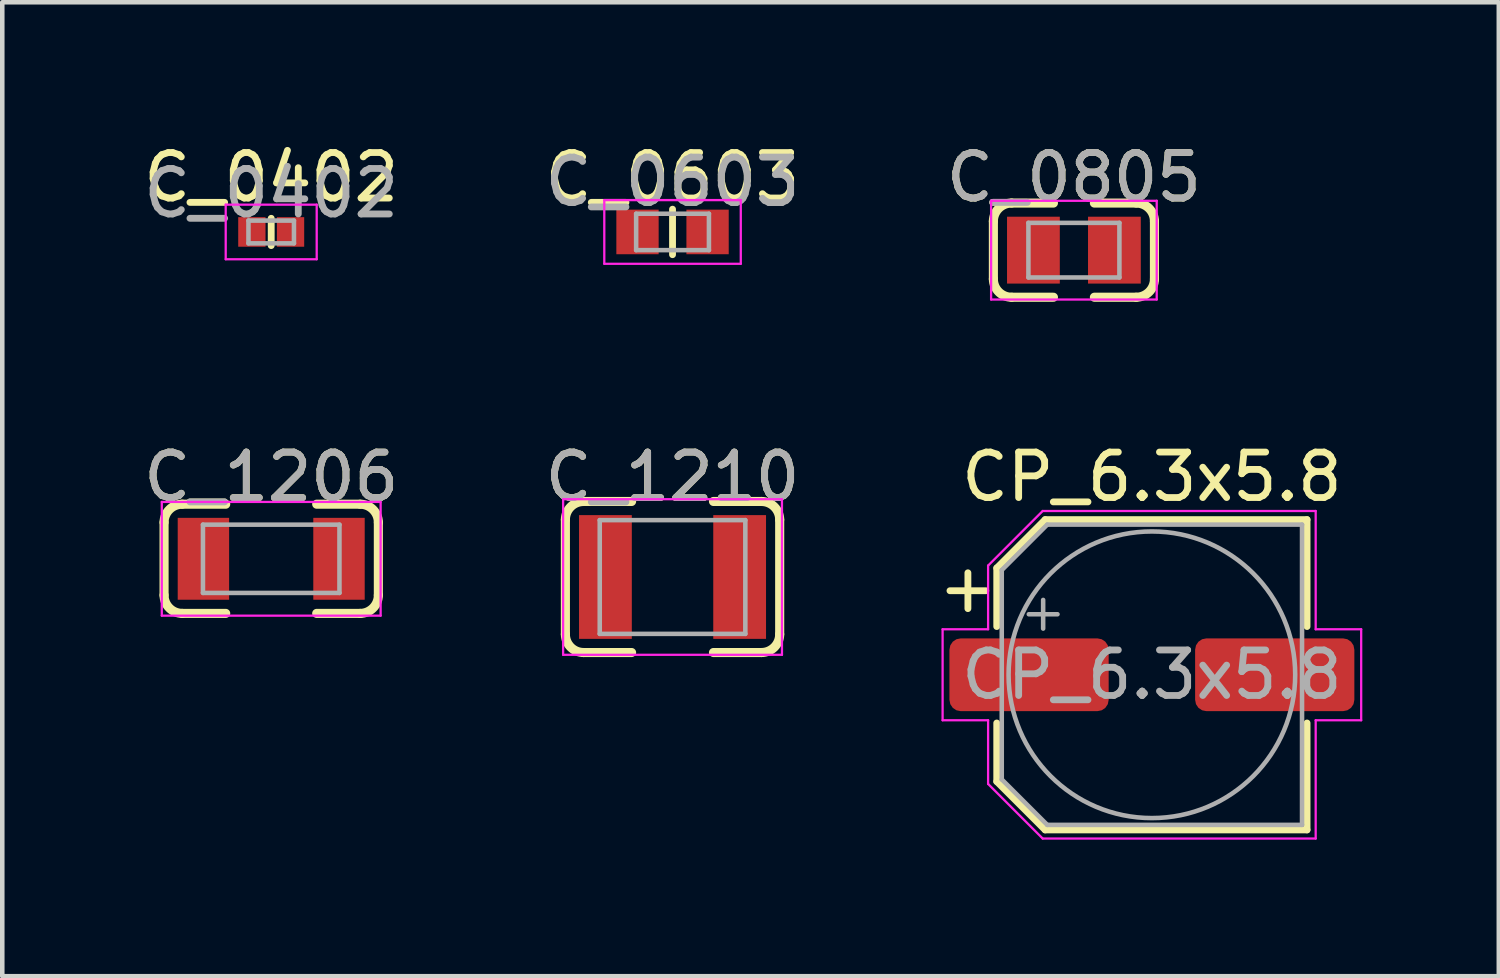
<source format=kicad_pcb>
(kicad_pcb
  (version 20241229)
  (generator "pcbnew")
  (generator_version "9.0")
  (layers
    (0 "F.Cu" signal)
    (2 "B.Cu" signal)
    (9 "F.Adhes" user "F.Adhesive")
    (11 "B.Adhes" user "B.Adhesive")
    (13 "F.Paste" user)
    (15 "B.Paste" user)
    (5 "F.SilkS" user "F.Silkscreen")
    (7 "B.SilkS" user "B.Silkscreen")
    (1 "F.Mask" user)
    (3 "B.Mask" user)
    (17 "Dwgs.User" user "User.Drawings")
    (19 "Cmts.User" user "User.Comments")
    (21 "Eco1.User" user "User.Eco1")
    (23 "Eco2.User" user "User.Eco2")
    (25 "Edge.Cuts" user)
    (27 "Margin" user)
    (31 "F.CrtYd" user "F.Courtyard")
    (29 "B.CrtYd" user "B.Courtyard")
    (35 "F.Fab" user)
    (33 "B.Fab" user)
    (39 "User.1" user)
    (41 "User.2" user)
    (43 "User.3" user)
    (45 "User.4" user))
  (footprint "C_0805"
    (layer "F.Cu")
    (at 20.554 2.448)
    (property "Reference" "C_0805" (at 0 -1.6 0) (layer "F.SilkS") (effects (font (size 1 1) (thickness 0.15))))
    (attr smd)
    (fp_line (start -1.77 0.635) (end -1.77 -0.635) (stroke (width 0.2) (type solid)) (layer "F.SilkS"))
    (fp_line (start -1.37 -1.035) (end -0.45 -1.035) (stroke (width 0.2) (type solid)) (layer "F.SilkS"))
    (fp_line (start -1.37 1.035) (end -0.45 1.035) (stroke (width 0.2) (type solid)) (layer "F.SilkS"))
    (fp_line (start 0.45 -1.035) (end 1.37 -1.035) (stroke (width 0.2) (type solid)) (layer "F.SilkS"))
    (fp_line (start 0.45 1.035) (end 1.37 1.035) (stroke (width 0.2) (type solid)) (layer "F.SilkS"))
    (fp_line (start 1.77 0.635) (end 1.77 -0.635) (stroke (width 0.2) (type solid)) (layer "F.SilkS"))
    (fp_arc (start -1.77 -0.63501) (mid -1.652843 -0.917853) (end -1.37 -1.03501) (stroke (width 0.2) (type solid)) (layer "F.SilkS"))
    (fp_arc (start -1.37 1.035) (mid -1.652843 0.917843) (end -1.77 0.635) (stroke (width 0.2) (type solid)) (layer "F.SilkS"))
    (fp_arc (start 1.37 -1.035) (mid 1.652843 -0.917843) (end 1.77 -0.635) (stroke (width 0.2) (type solid)) (layer "F.SilkS"))
    (fp_arc (start 1.77 0.635) (mid 1.652843 0.917843) (end 1.37 1.035) (stroke (width 0.2) (type solid)) (layer "F.SilkS"))
    (fp_line (start -1.82 -1.085) (end 1.82 -1.085) (stroke (width 0.05) (type solid)) (layer "F.CrtYd"))
    (fp_line (start -1.82 1.085) (end -1.82 -1.085) (stroke (width 0.05) (type solid)) (layer "F.CrtYd"))
    (fp_line (start 1.82 -1.085) (end 1.82 1.085) (stroke (width 0.05) (type solid)) (layer "F.CrtYd"))
    (fp_line (start 1.82 1.085) (end -1.82 1.085) (stroke (width 0.05) (type solid)) (layer "F.CrtYd"))
    (fp_line (start -1 -0.6) (end 1 -0.6) (stroke (width 0.1) (type solid)) (layer "F.Fab"))
    (fp_line (start -1 0.6) (end -1 -0.6) (stroke (width 0.1) (type solid)) (layer "F.Fab"))
    (fp_line (start 1 -0.6) (end 1 0.6) (stroke (width 0.1) (type solid)) (layer "F.Fab"))
    (fp_line (start 1 0.6) (end -1 0.6) (stroke (width 0.1) (type solid)) (layer "F.Fab"))
    (fp_text user "${REFERENCE}" (at 0 -1.6 0) (layer "F.Fab") (effects (font (size 1 1) (thickness 0.15))))
    (pad "1" smd rect (at -0.89 0) (size 1.16 1.47) (layers "F.Cu" "F.Mask" "F.Paste"))
    (pad "2" smd rect (at 0.89 0) (size 1.16 1.47) (layers "F.Cu" "F.Mask" "F.Paste")))
  (footprint "C_1206"
    (layer "F.Cu")
    (at 2.911 9.232)
    (property "Reference" "C_1206" (at 0 -1.8 0) (layer "F.SilkS") (effects (font (size 1 1) (thickness 0.15))))
    (attr smd)
    (fp_line (start -2.355 0.8) (end -2.355 -0.8) (stroke (width 0.2) (type solid)) (layer "F.SilkS"))
    (fp_line (start -1.955 -1.2) (end -1 -1.2) (stroke (width 0.2) (type solid)) (layer "F.SilkS"))
    (fp_line (start -1.955 1.2) (end -1 1.2) (stroke (width 0.2) (type solid)) (layer "F.SilkS"))
    (fp_line (start 1 -1.2) (end 1.955 -1.2) (stroke (width 0.2) (type solid)) (layer "F.SilkS"))
    (fp_line (start 1 1.2) (end 1.955 1.2) (stroke (width 0.2) (type solid)) (layer "F.SilkS"))
    (fp_line (start 2.355 0.8) (end 2.355 -0.8) (stroke (width 0.2) (type solid)) (layer "F.SilkS"))
    (fp_arc (start -2.355 -0.8) (mid -2.237843 -1.082843) (end -1.955 -1.2) (stroke (width 0.2) (type solid)) (layer "F.SilkS"))
    (fp_arc (start -1.955 1.2) (mid -2.237843 1.082843) (end -2.355 0.8) (stroke (width 0.2) (type solid)) (layer "F.SilkS"))
    (fp_arc (start 1.955 -1.2) (mid 2.237843 -1.082843) (end 2.355 -0.8) (stroke (width 0.2) (type solid)) (layer "F.SilkS"))
    (fp_arc (start 2.355 0.8) (mid 2.237843 1.082843) (end 1.955 1.2) (stroke (width 0.2) (type solid)) (layer "F.SilkS"))
    (fp_line (start -2.405 -1.25) (end 2.405 -1.25) (stroke (width 0.05) (type solid)) (layer "F.CrtYd"))
    (fp_line (start -2.405 1.25) (end -2.405 -1.25) (stroke (width 0.05) (type solid)) (layer "F.CrtYd"))
    (fp_line (start 2.405 -1.25) (end 2.405 1.25) (stroke (width 0.05) (type solid)) (layer "F.CrtYd"))
    (fp_line (start 2.405 1.25) (end -2.405 1.25) (stroke (width 0.05) (type solid)) (layer "F.CrtYd"))
    (fp_line (start -1.5 -0.75) (end 1.5 -0.75) (stroke (width 0.1) (type solid)) (layer "F.Fab"))
    (fp_line (start -1.5 0.75) (end -1.5 -0.75) (stroke (width 0.1) (type solid)) (layer "F.Fab"))
    (fp_line (start 1.5 -0.75) (end 1.5 0.75) (stroke (width 0.1) (type solid)) (layer "F.Fab"))
    (fp_line (start 1.5 0.75) (end -1.5 0.75) (stroke (width 0.1) (type solid)) (layer "F.Fab"))
    (fp_text user "${REFERENCE}" (at 0 -1.8 0) (layer "F.Fab") (effects (font (size 1 1) (thickness 0.15))))
    (pad "1" smd rect (at -1.49 0) (size 1.13 1.8) (layers "F.Cu" "F.Mask" "F.Paste"))
    (pad "2" smd rect (at 1.49 0) (size 1.13 1.8) (layers "F.Cu" "F.Mask" "F.Paste")))
  (footprint "C_0402"
    (layer "F.Cu")
    (at 2.911 2.048)
    (property "Reference" "C_0402" (at 0 -1.2 0) (layer "F.SilkS") (effects (font (size 1 1) (thickness 0.15))))
    (attr smd)
    (fp_line (start 0 -0.3) (end 0 0.3) (stroke (width 0.15) (type solid)) (layer "F.SilkS"))
    (fp_line (start -1 -0.6) (end 1 -0.6) (stroke (width 0.05) (type solid)) (layer "F.CrtYd"))
    (fp_line (start -1 0.6) (end -1 -0.6) (stroke (width 0.05) (type solid)) (layer "F.CrtYd"))
    (fp_line (start 1 -0.6) (end 1 0.6) (stroke (width 0.05) (type solid)) (layer "F.CrtYd"))
    (fp_line (start 1 0.6) (end -1 0.6) (stroke (width 0.05) (type solid)) (layer "F.CrtYd"))
    (fp_line (start -0.5 -0.25) (end 0.5 -0.25) (stroke (width 0.1) (type solid)) (layer "F.Fab"))
    (fp_line (start -0.5 0.25) (end -0.5 -0.25) (stroke (width 0.1) (type solid)) (layer "F.Fab"))
    (fp_line (start 0.5 -0.25) (end 0.5 0.25) (stroke (width 0.1) (type solid)) (layer "F.Fab"))
    (fp_line (start 0.5 0.25) (end -0.5 0.25) (stroke (width 0.1) (type solid)) (layer "F.Fab"))
    (fp_text user "${REFERENCE}" (at 0 -0.85 0) (layer "F.Fab") (effects (font (size 1 1) (thickness 0.15))))
    (pad "1" smd rect (at -0.425 0) (size 0.6 0.65) (layers "F.Cu" "F.Mask" "F.Paste"))
    (pad "2" smd rect (at 0.425 0) (size 0.6 0.65) (layers "F.Cu" "F.Mask" "F.Paste")))
  (footprint "CP_6.3x5.8"
    (layer "F.Cu")
    (at 22.268 11.781)
    (property "Reference" "CP_6.3x5.8" (at 0 -4.35 0) (layer "F.SilkS") (effects (font (size 1 1) (thickness 0.15))))
    (attr smd)
    (fp_line (start -4.438 -1.847) (end -3.65 -1.847) (stroke (width 0.15) (type solid)) (layer "F.SilkS"))
    (fp_line (start -4.044 -2.241) (end -4.044 -1.454) (stroke (width 0.15) (type solid)) (layer "F.SilkS"))
    (fp_line (start -3.41 -2.346) (end -3.41 -1.06) (stroke (width 0.15) (type solid)) (layer "F.SilkS"))
    (fp_line (start -3.41 -2.346) (end -2.346 -3.41) (stroke (width 0.15) (type solid)) (layer "F.SilkS"))
    (fp_line (start -3.41 2.346) (end -3.41 1.06) (stroke (width 0.15) (type solid)) (layer "F.SilkS"))
    (fp_line (start -3.41 2.346) (end -2.346 3.41) (stroke (width 0.15) (type solid)) (layer "F.SilkS"))
    (fp_line (start -2.346 -3.41) (end 3.41 -3.41) (stroke (width 0.15) (type solid)) (layer "F.SilkS"))
    (fp_line (start -2.346 3.41) (end 3.41 3.41) (stroke (width 0.15) (type solid)) (layer "F.SilkS"))
    (fp_line (start 3.41 -3.41) (end 3.41 -1.06) (stroke (width 0.15) (type solid)) (layer "F.SilkS"))
    (fp_line (start 3.41 3.41) (end 3.41 1.06) (stroke (width 0.15) (type solid)) (layer "F.SilkS"))
    (fp_line (start -4.6 -1) (end -4.6 1) (stroke (width 0.05) (type solid)) (layer "F.CrtYd"))
    (fp_line (start -4.6 1) (end -3.6 1) (stroke (width 0.05) (type solid)) (layer "F.CrtYd"))
    (fp_line (start -3.6 -2.4) (end -3.6 -1) (stroke (width 0.05) (type solid)) (layer "F.CrtYd"))
    (fp_line (start -3.6 -1) (end -4.6 -1) (stroke (width 0.05) (type solid)) (layer "F.CrtYd"))
    (fp_line (start -3.6 1) (end -3.6 2.4) (stroke (width 0.05) (type solid)) (layer "F.CrtYd"))
    (fp_line (start -3.6 2.4) (end -2.4 3.6) (stroke (width 0.05) (type solid)) (layer "F.CrtYd"))
    (fp_line (start -2.4 -3.6) (end -3.6 -2.4) (stroke (width 0.05) (type solid)) (layer "F.CrtYd"))
    (fp_line (start -2.4 3.6) (end 3.6 3.6) (stroke (width 0.05) (type solid)) (layer "F.CrtYd"))
    (fp_line (start 3.6 -3.6) (end -2.4 -3.6) (stroke (width 0.05) (type solid)) (layer "F.CrtYd"))
    (fp_line (start 3.6 -1) (end 3.6 -3.6) (stroke (width 0.05) (type solid)) (layer "F.CrtYd"))
    (fp_line (start 3.6 1) (end 4.6 1) (stroke (width 0.05) (type solid)) (layer "F.CrtYd"))
    (fp_line (start 3.6 3.6) (end 3.6 1) (stroke (width 0.05) (type solid)) (layer "F.CrtYd"))
    (fp_line (start 4.6 -1) (end 3.6 -1) (stroke (width 0.05) (type solid)) (layer "F.CrtYd"))
    (fp_line (start 4.6 1) (end 4.6 -1) (stroke (width 0.05) (type solid)) (layer "F.CrtYd"))
    (fp_line (start -3.3 -2.3) (end -3.3 2.3) (stroke (width 0.1) (type solid)) (layer "F.Fab"))
    (fp_line (start -3.3 -2.3) (end -2.3 -3.3) (stroke (width 0.1) (type solid)) (layer "F.Fab"))
    (fp_line (start -3.3 2.3) (end -2.3 3.3) (stroke (width 0.1) (type solid)) (layer "F.Fab"))
    (fp_line (start -2.705 -1.33) (end -2.075 -1.33) (stroke (width 0.1) (type solid)) (layer "F.Fab"))
    (fp_line (start -2.39 -1.645) (end -2.39 -1.015) (stroke (width 0.1) (type solid)) (layer "F.Fab"))
    (fp_line (start -2.3 -3.3) (end 3.3 -3.3) (stroke (width 0.1) (type solid)) (layer "F.Fab"))
    (fp_line (start -2.3 3.3) (end 3.3 3.3) (stroke (width 0.1) (type solid)) (layer "F.Fab"))
    (fp_line (start 3.3 -3.3) (end 3.3 3.3) (stroke (width 0.1) (type solid)) (layer "F.Fab"))
    (fp_circle (center 0 0) (end 3.15 0) (stroke (width 0.1) (type solid)) (fill no) (layer "F.Fab"))
    (fp_text user "${REFERENCE}" (at 0 0 0) (layer "F.Fab") (effects (font (size 1 1) (thickness 0.15))))
    (pad "1" smd roundrect (at -2.7 0) (size 3.5 1.6) (layers "F.Cu" "F.Mask" "F.Paste") (roundrect_rratio 0.156))
    (pad "2" smd roundrect (at 2.7 0) (size 3.5 1.6) (layers "F.Cu" "F.Mask" "F.Paste") (roundrect_rratio 0.156)))
  (footprint "C_0603"
    (layer "F.Cu")
    (at 11.732 2.048)
    (property "Reference" "C_0603" (at 0 -1.2 0) (layer "F.SilkS") (effects (font (size 1 1) (thickness 0.15))))
    (attr smd)
    (fp_line (start 0 -0.5) (end 0 0.5) (stroke (width 0.15) (type solid)) (layer "F.SilkS"))
    (fp_line (start -1.5 -0.7) (end 1.5 -0.7) (stroke (width 0.05) (type solid)) (layer "F.CrtYd"))
    (fp_line (start -1.5 0.7) (end -1.5 -0.7) (stroke (width 0.05) (type solid)) (layer "F.CrtYd"))
    (fp_line (start 1.5 -0.7) (end 1.5 0.7) (stroke (width 0.05) (type solid)) (layer "F.CrtYd"))
    (fp_line (start 1.5 0.7) (end -1.5 0.7) (stroke (width 0.05) (type solid)) (layer "F.CrtYd"))
    (fp_line (start -0.8 -0.4) (end 0.8 -0.4) (stroke (width 0.1) (type solid)) (layer "F.Fab"))
    (fp_line (start -0.8 0.4) (end -0.8 -0.4) (stroke (width 0.1) (type solid)) (layer "F.Fab"))
    (fp_line (start -0.8 0.4) (end 0.8 0.4) (stroke (width 0.1) (type solid)) (layer "F.Fab"))
    (fp_line (start 0.8 0.4) (end 0.8 -0.4) (stroke (width 0.1) (type solid)) (layer "F.Fab"))
    (fp_text user "${REFERENCE}" (at 0 -1.1 0) (layer "F.Fab") (effects (font (size 1 1) (thickness 0.15))))
    (pad "1" smd rect (at -0.77 0) (size 0.93 0.98) (layers "F.Cu" "F.Mask" "F.Paste"))
    (pad "2" smd rect (at 0.77 0) (size 0.93 0.98) (layers "F.Cu" "F.Mask" "F.Paste")))
  (footprint "C_1210"
    (layer "F.Cu")
    (at 11.732 9.632)
    (property "Reference" "C_1210" (at 0 -2.2 0) (layer "F.SilkS") (effects (font (size 1 1) (thickness 0.15))))
    (attr smd)
    (fp_line (start -2.355 1.26) (end -2.355 -1.26) (stroke (width 0.2) (type solid)) (layer "F.SilkS"))
    (fp_line (start -1.955 -1.66) (end -0.9 -1.66) (stroke (width 0.2) (type solid)) (layer "F.SilkS"))
    (fp_line (start -1.955 1.66) (end -0.9 1.66) (stroke (width 0.2) (type solid)) (layer "F.SilkS"))
    (fp_line (start 0.9 -1.66) (end 1.955 -1.66) (stroke (width 0.2) (type solid)) (layer "F.SilkS"))
    (fp_line (start 0.9 1.66) (end 1.955 1.66) (stroke (width 0.2) (type solid)) (layer "F.SilkS"))
    (fp_line (start 2.355 1.26) (end 2.355 -1.26) (stroke (width 0.2) (type solid)) (layer "F.SilkS"))
    (fp_arc (start -2.355 -1.26) (mid -2.237843 -1.542843) (end -1.955 -1.66) (stroke (width 0.2) (type solid)) (layer "F.SilkS"))
    (fp_arc (start -1.955 1.66) (mid -2.237843 1.542843) (end -2.355 1.26) (stroke (width 0.2) (type solid)) (layer "F.SilkS"))
    (fp_arc (start 1.955 -1.66) (mid 2.237843 -1.542843) (end 2.355 -1.26) (stroke (width 0.2) (type solid)) (layer "F.SilkS"))
    (fp_arc (start 2.355 1.26) (mid 2.237843 1.542843) (end 1.955 1.66) (stroke (width 0.2) (type solid)) (layer "F.SilkS"))
    (fp_line (start -2.405 -1.71) (end 2.405 -1.71) (stroke (width 0.05) (type solid)) (layer "F.CrtYd"))
    (fp_line (start -2.405 1.71) (end -2.405 -1.71) (stroke (width 0.05) (type solid)) (layer "F.CrtYd"))
    (fp_line (start 2.405 -1.71) (end 2.405 1.71) (stroke (width 0.05) (type solid)) (layer "F.CrtYd"))
    (fp_line (start 2.405 1.71) (end -2.405 1.71) (stroke (width 0.05) (type solid)) (layer "F.CrtYd"))
    (fp_line (start -1.6 -1.25) (end 1.6 -1.25) (stroke (width 0.1) (type solid)) (layer "F.Fab"))
    (fp_line (start -1.6 1.25) (end -1.6 -1.25) (stroke (width 0.1) (type solid)) (layer "F.Fab"))
    (fp_line (start 1.6 -1.25) (end 1.6 1.25) (stroke (width 0.1) (type solid)) (layer "F.Fab"))
    (fp_line (start 1.6 1.25) (end -1.6 1.25) (stroke (width 0.1) (type solid)) (layer "F.Fab"))
    (fp_text user "${REFERENCE}" (at 0 -2.2 0) (layer "F.Fab") (effects (font (size 1 1) (thickness 0.15))))
    (pad "1" smd rect (at -1.475 0) (size 1.16 2.72) (layers "F.Cu" "F.Mask" "F.Paste"))
    (pad "2" smd rect (at 1.475 0) (size 1.16 2.72) (layers "F.Cu" "F.Mask" "F.Paste")))
  (gr_rect
    (start -3 -3)
    (end 29.893 18.407)
    (stroke (width 0.1) (type default))
    (fill no)
    (layer "Edge.Cuts")))
</source>
